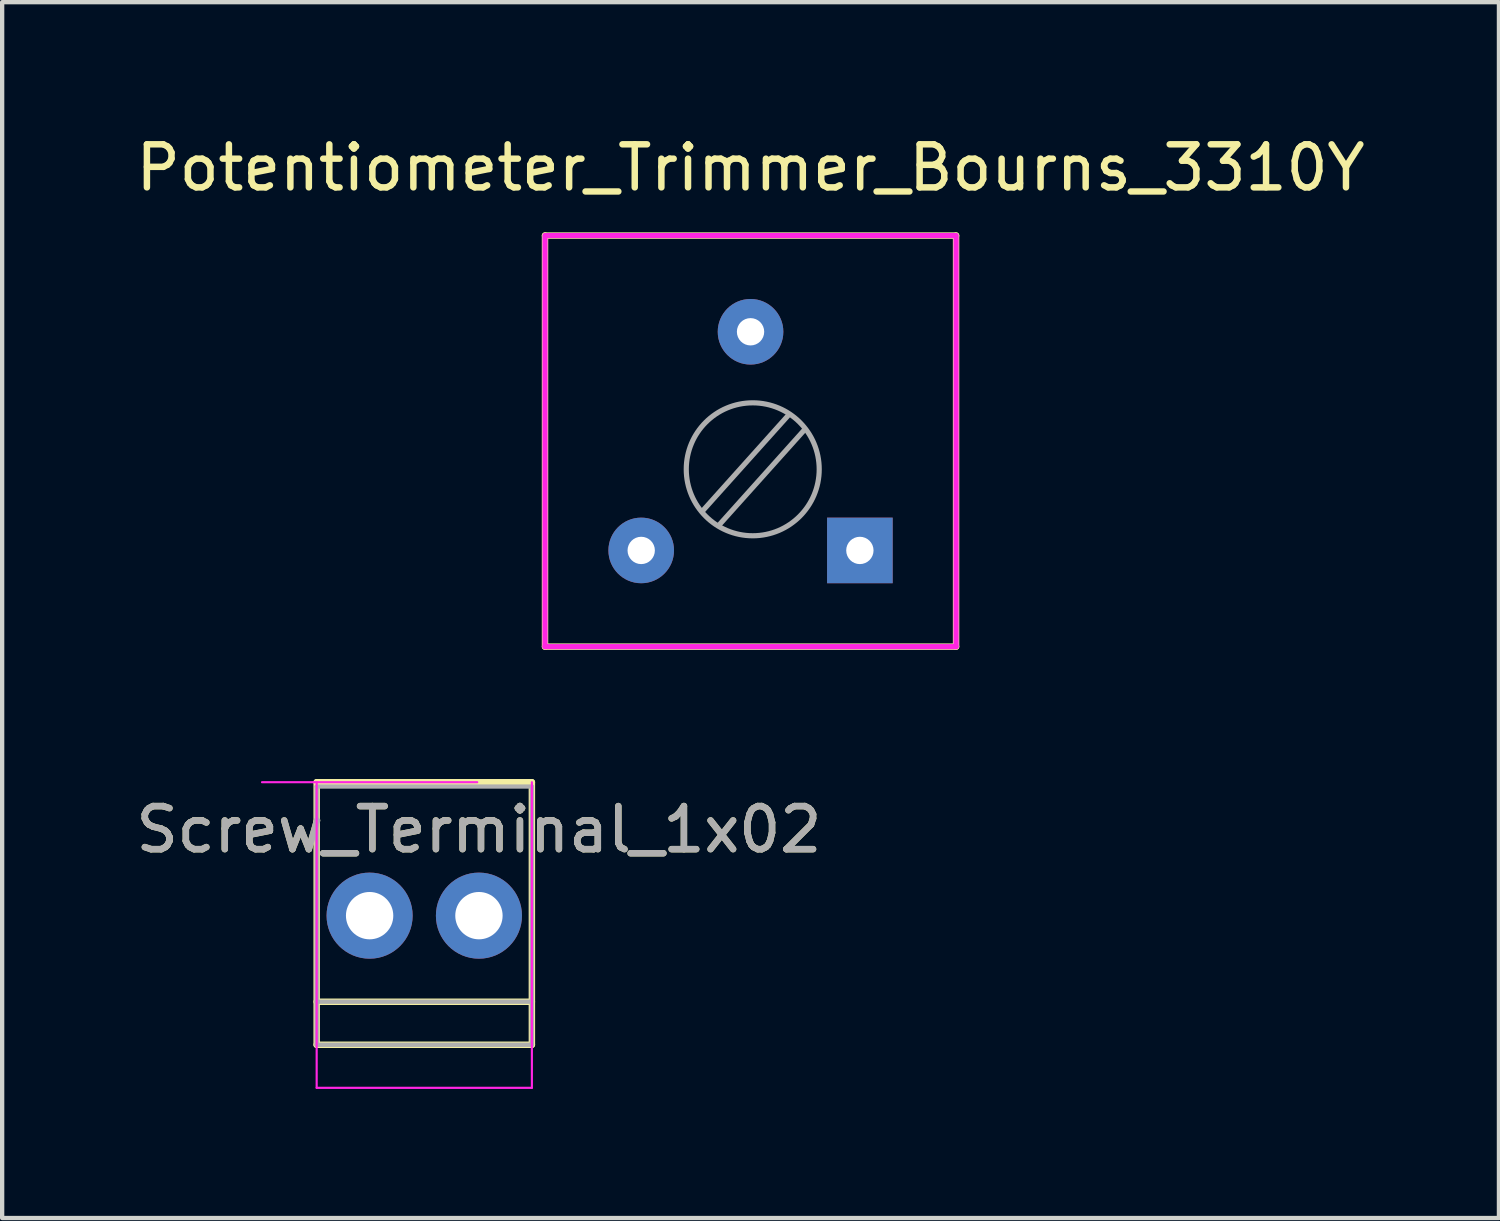
<source format=kicad_pcb>
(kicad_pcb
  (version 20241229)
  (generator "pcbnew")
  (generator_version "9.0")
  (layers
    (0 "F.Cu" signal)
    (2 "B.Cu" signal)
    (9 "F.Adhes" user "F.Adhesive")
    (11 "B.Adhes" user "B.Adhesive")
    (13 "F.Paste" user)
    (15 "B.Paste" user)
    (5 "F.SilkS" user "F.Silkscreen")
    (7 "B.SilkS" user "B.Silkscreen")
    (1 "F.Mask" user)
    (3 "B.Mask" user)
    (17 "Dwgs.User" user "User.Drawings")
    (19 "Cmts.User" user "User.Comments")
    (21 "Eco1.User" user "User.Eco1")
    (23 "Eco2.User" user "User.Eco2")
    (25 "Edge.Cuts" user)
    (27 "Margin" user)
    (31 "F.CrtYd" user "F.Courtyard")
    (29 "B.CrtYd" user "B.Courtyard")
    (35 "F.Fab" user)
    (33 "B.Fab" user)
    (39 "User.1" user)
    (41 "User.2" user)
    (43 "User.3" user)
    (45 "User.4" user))
  (footprint "Screw_Terminal_1x02"
    (layer "F.Cu")
    (at 5.537 18.223)
    (property "Reference" "Screw_Terminal_1x02" (at 2.54 -2 0) (layer "F.SilkS") (effects (font (size 1 1) (thickness 0.15))))
    (attr through_hole)
    (fp_line (start -1.23 -3.1) (end -1.23 3) (stroke (width 0.15) (type solid)) (layer "F.SilkS"))
    (fp_line (start -1.23 -3.1) (end 3.77 -3.1) (stroke (width 0.15) (type solid)) (layer "F.SilkS"))
    (fp_line (start -1.23 2) (end 3.77 2) (stroke (width 0.15) (type solid)) (layer "F.SilkS"))
    (fp_line (start -1.23 3) (end 3.77 3) (stroke (width 0.15) (type solid)) (layer "F.SilkS"))
    (fp_line (start 3.77 3) (end 3.77 -3.1) (stroke (width 0.15) (type solid)) (layer "F.SilkS"))
    (fp_line (start -2.5 -3.1) (end 2.5 -3.1) (stroke (width 0.05) (type solid)) (layer "F.CrtYd"))
    (fp_line (start -1.23 -3.1) (end -1.23 4) (stroke (width 0.05) (type solid)) (layer "F.CrtYd"))
    (fp_line (start 3.77 4) (end -1.23 4) (stroke (width 0.05) (type solid)) (layer "F.CrtYd"))
    (fp_line (start 3.77 4) (end 3.77 -3.1) (stroke (width 0.05) (type solid)) (layer "F.CrtYd"))
    (fp_line (start -1.23 -3) (end -1.23 3) (stroke (width 0.1) (type solid)) (layer "F.Fab"))
    (fp_line (start 3.77 -3) (end -1.23 -3) (stroke (width 0.1) (type solid)) (layer "F.Fab"))
    (fp_line (start 3.77 -3) (end 3.77 3) (stroke (width 0.1) (type solid)) (layer "F.Fab"))
    (fp_line (start 3.77 2) (end -1.23 2) (stroke (width 0.1) (type solid)) (layer "F.Fab"))
    (fp_line (start 3.77 3) (end -1.23 3) (stroke (width 0.1) (type solid)) (layer "F.Fab"))
    (fp_text user "${REFERENCE}" (at 2.54 -2 0) (layer "F.Fab") (effects (font (size 1 1) (thickness 0.15))))
    (pad "1" thru_hole circle (at 0 0) (size 2 2) (drill 1.1) (layers "*.Cu" "*.Mask"))
    (pad "2" thru_hole circle (at 2.54 0) (size 2 2) (drill 1.1) (layers "*.Cu" "*.Mask")))
  (footprint "Potentiometer_Trimmer_Bourns_3310Y"
    (layer "F.Cu")
    (at 14.387 9.738)
    (property "Reference" "Potentiometer_Trimmer_Bourns_3310Y" (at 0 -8.89 180) (layer "F.SilkS") (effects (font (size 1 1) (thickness 0.15))))
    (attr through_hole)
    (fp_line (start -4.775 -7.315) (end 4.775 -7.315) (stroke (width 0.15) (type solid)) (layer "F.SilkS"))
    (fp_line (start -4.775 2.235) (end -4.775 -7.315) (stroke (width 0.15) (type solid)) (layer "F.SilkS"))
    (fp_line (start 4.775 -7.315) (end 4.775 2.235) (stroke (width 0.15) (type solid)) (layer "F.SilkS"))
    (fp_line (start 4.775 2.235) (end -4.775 2.235) (stroke (width 0.15) (type solid)) (layer "F.SilkS"))
    (fp_line (start -4.775 2.235) (end -4.775 -7.315) (stroke (width 0.12) (type solid)) (layer "F.CrtYd"))
    (fp_line (start 4.765 -7.315) (end -4.765 -7.315) (stroke (width 0.12) (type solid)) (layer "F.CrtYd"))
    (fp_line (start 4.775 2.235) (end -4.775 2.235) (stroke (width 0.12) (type solid)) (layer "F.CrtYd"))
    (fp_line (start 4.775 2.235) (end 4.775 -7.315) (stroke (width 0.12) (type solid)) (layer "F.CrtYd"))
    (fp_line (start -1.118 -0.914) (end 0.864 -3.124) (stroke (width 0.12) (type solid)) (layer "F.Fab"))
    (fp_line (start -0.737 -0.584) (end 1.245 -2.794) (stroke (width 0.12) (type solid)) (layer "F.Fab"))
    (fp_circle (center 0.051 -1.885) (end -0.864 -3.129) (stroke (width 0.12) (type solid)) (fill no) (layer "F.Fab"))
    (pad "1" thru_hole rect (at 2.54 0 180) (size 1.524 1.524) (drill 0.635) (layers "*.Cu" "*.Mask"))
    (pad "2" thru_hole circle (at 0 -5.08 180) (size 1.524 1.524) (drill 0.635) (layers "*.Cu" "*.Mask"))
    (pad "3" thru_hole circle (at -2.54 0 180) (size 1.524 1.524) (drill 0.635) (layers "*.Cu" "*.Mask")))
  (gr_rect
    (start -3 -3)
    (end 31.774 25.248)
    (stroke (width 0.1) (type default))
    (fill no)
    (layer "Edge.Cuts")))
</source>
